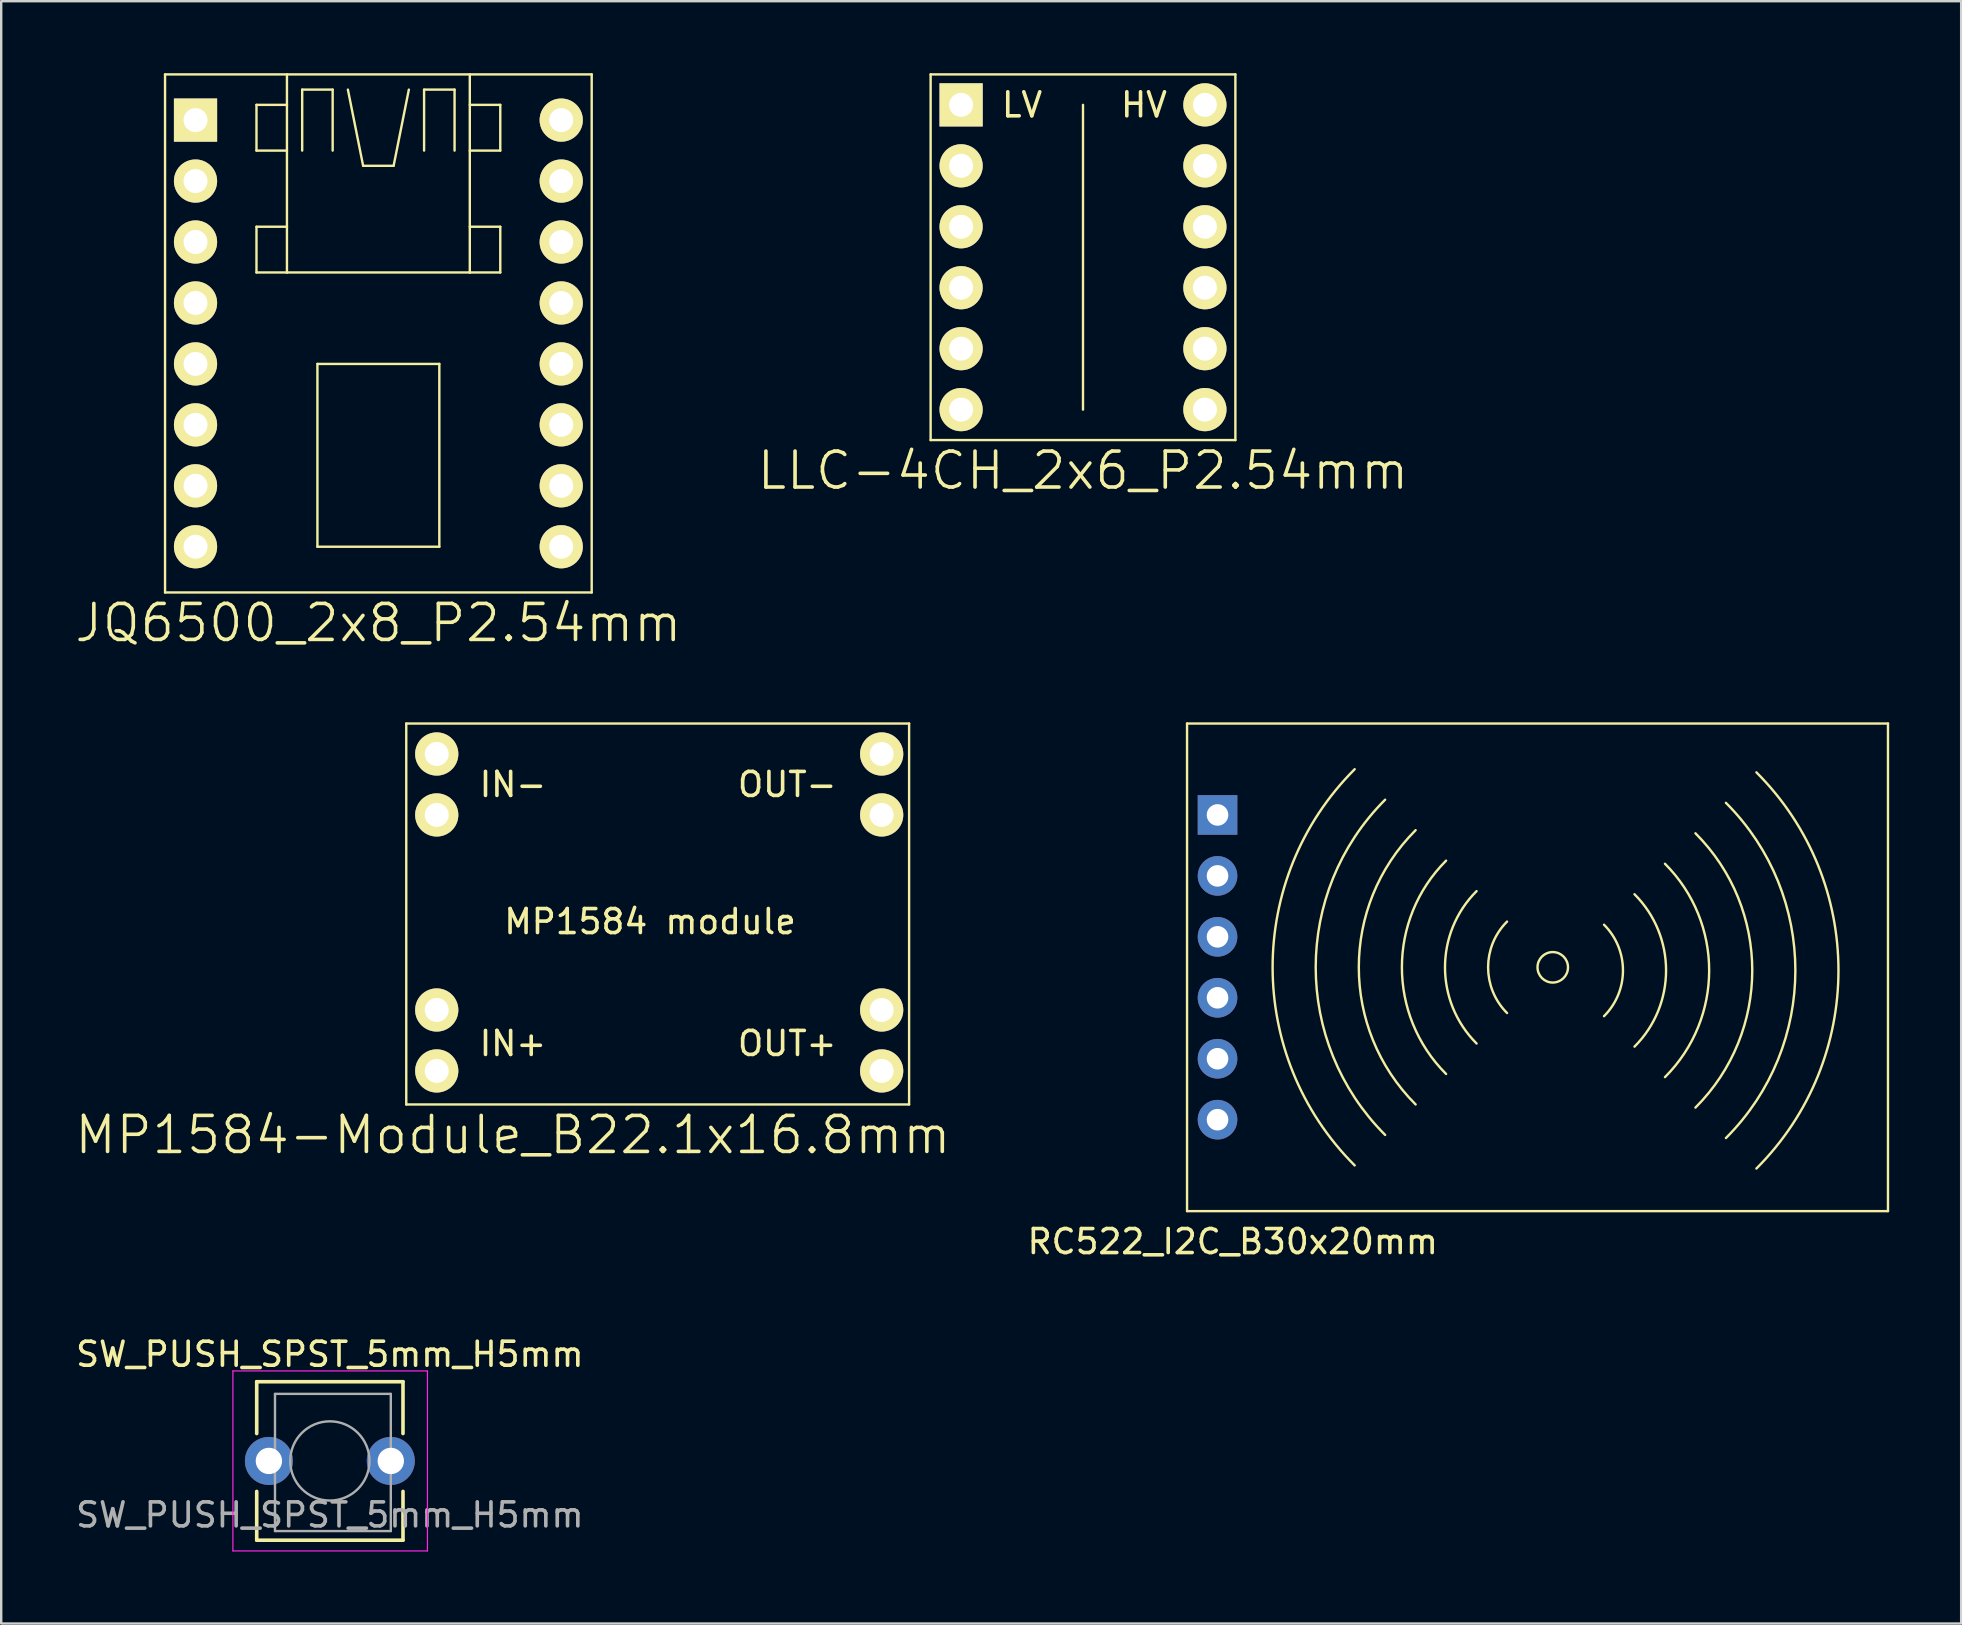
<source format=kicad_pcb>
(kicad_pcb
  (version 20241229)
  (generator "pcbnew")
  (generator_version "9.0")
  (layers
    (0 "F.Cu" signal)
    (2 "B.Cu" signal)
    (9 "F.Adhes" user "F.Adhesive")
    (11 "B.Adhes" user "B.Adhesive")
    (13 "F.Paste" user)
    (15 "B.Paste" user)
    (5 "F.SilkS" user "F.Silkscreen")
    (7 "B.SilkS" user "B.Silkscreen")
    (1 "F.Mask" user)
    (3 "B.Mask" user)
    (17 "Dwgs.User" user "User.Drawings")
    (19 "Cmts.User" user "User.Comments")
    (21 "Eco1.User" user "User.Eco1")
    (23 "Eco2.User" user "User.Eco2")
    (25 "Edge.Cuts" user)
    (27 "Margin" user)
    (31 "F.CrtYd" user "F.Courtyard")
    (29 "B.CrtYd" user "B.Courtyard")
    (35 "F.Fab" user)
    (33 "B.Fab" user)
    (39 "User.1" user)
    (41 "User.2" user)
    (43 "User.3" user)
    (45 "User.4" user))
  (footprint "LLC-4CH_2x6_P2.54mm"
    (layer "F.Cu")
    (at 37.002 1.32)
    (property "Reference" "LLC-4CH_2x6_P2.54mm" (at 5.08 15.24 0) (layer "F.SilkS") (effects (font (size 1.5 1.5) (thickness 0.15))))
    (attr through_hole)
    (fp_line (start -1.27 -1.27) (end -1.27 13.97) (stroke (width 0.1) (type solid)) (layer "F.SilkS"))
    (fp_line (start -1.27 -1.27) (end 11.43 -1.27) (stroke (width 0.1) (type solid)) (layer "F.SilkS"))
    (fp_line (start -1.27 13.97) (end 11.43 13.97) (stroke (width 0.1) (type solid)) (layer "F.SilkS"))
    (fp_line (start 5.08 0) (end 5.08 12.7) (stroke (width 0.1) (type solid)) (layer "F.SilkS"))
    (fp_line (start 11.43 13.97) (end 11.43 -1.27) (stroke (width 0.1) (type solid)) (layer "F.SilkS"))
    (fp_text user "HV" (at 7.62 0 0) (layer "F.SilkS") (effects (font (size 1 1) (thickness 0.15))))
    (fp_text user "LV" (at 2.54 0 0) (layer "F.SilkS") (effects (font (size 1 1) (thickness 0.15))))
    (pad "1" thru_hole rect (at 0 0) (size 1.8 1.8) (drill 1) (layers "*.Cu" "*.Mask" "F.SilkS"))
    (pad "2" thru_hole circle (at 0 2.54) (size 1.8 1.8) (drill 1) (layers "*.Cu" "*.Mask" "F.SilkS"))
    (pad "3" thru_hole circle (at 0 5.08) (size 1.8 1.8) (drill 1) (layers "*.Cu" "*.Mask" "F.SilkS"))
    (pad "4" thru_hole circle (at 0 7.62) (size 1.8 1.8) (drill 1) (layers "*.Cu" "*.Mask" "F.SilkS"))
    (pad "5" thru_hole circle (at 0 10.16) (size 1.8 1.8) (drill 1) (layers "*.Cu" "*.Mask" "F.SilkS"))
    (pad "6" thru_hole circle (at 0 12.7) (size 1.8 1.8) (drill 1) (layers "*.Cu" "*.Mask" "F.SilkS"))
    (pad "7" thru_hole circle (at 10.16 12.7 180) (size 1.8 1.8) (drill 1) (layers "*.Cu" "*.Mask" "F.SilkS"))
    (pad "8" thru_hole circle (at 10.16 10.16 180) (size 1.8 1.8) (drill 1) (layers "*.Cu" "*.Mask" "F.SilkS"))
    (pad "9" thru_hole circle (at 10.16 7.62 180) (size 1.8 1.8) (drill 1) (layers "*.Cu" "*.Mask" "F.SilkS"))
    (pad "10" thru_hole circle (at 10.16 5.08 180) (size 1.8 1.8) (drill 1) (layers "*.Cu" "*.Mask" "F.SilkS"))
    (pad "11" thru_hole circle (at 10.16 2.54 180) (size 1.8 1.8) (drill 1) (layers "*.Cu" "*.Mask" "F.SilkS"))
    (pad "12" thru_hole circle (at 10.16 0 180) (size 1.8 1.8) (drill 1) (layers "*.Cu" "*.Mask" "F.SilkS")))
  (footprint "MP1584-Module_B22.1x16.8mm"
    (layer "F.Cu")
    (at 15.15 28.371)
    (property "Reference" "MP1584-Module_B22.1x16.8mm" (at 3.175 15.875 0) (layer "F.SilkS") (effects (font (size 1.5 1.5) (thickness 0.15))))
    (attr through_hole)
    (fp_line (start -1.27 -1.27) (end -1.27 14.605) (stroke (width 0.1) (type solid)) (layer "F.SilkS"))
    (fp_line (start -1.27 14.605) (end 19.685 14.605) (stroke (width 0.1) (type solid)) (layer "F.SilkS"))
    (fp_line (start 19.685 -1.27) (end -1.27 -1.27) (stroke (width 0.1) (type solid)) (layer "F.SilkS"))
    (fp_line (start 19.685 14.605) (end 19.685 -1.27) (stroke (width 0.1) (type solid)) (layer "F.SilkS"))
    (fp_text user "IN-" (at 3.175 1.27 0) (layer "F.SilkS") (effects (font (size 1 1) (thickness 0.15))))
    (fp_text user "OUT-" (at 14.605 1.27 0) (layer "F.SilkS") (effects (font (size 1 1) (thickness 0.15))))
    (fp_text user "OUT+" (at 14.605 12.065 0) (layer "F.SilkS") (effects (font (size 1 1) (thickness 0.15))))
    (fp_text user "MP1584 module" (at 8.89 6.985 0) (layer "F.SilkS") (effects (font (size 1 1) (thickness 0.15))))
    (fp_text user "IN+" (at 3.175 12.065 0) (layer "F.SilkS") (effects (font (size 1 1) (thickness 0.15))))
    (pad "1" thru_hole circle (at 0 10.668) (size 1.8 1.8) (drill 1) (layers "*.Cu" "*.Mask" "F.SilkS"))
    (pad "1" thru_hole circle (at 0 13.208) (size 1.8 1.8) (drill 1) (layers "*.Cu" "*.Mask" "F.SilkS"))
    (pad "2" thru_hole circle (at 0 0) (size 1.8 1.8) (drill 1) (layers "*.Cu" "*.Mask" "F.SilkS"))
    (pad "2" thru_hole circle (at 0 2.54) (size 1.8 1.8) (drill 1) (layers "*.Cu" "*.Mask" "F.SilkS"))
    (pad "3" thru_hole circle (at 18.542 10.668) (size 1.8 1.8) (drill 1) (layers "*.Cu" "*.Mask" "F.SilkS"))
    (pad "3" thru_hole circle (at 18.542 13.208) (size 1.8 1.8) (drill 1) (layers "*.Cu" "*.Mask" "F.SilkS"))
    (pad "4" thru_hole circle (at 18.542 0) (size 1.8 1.8) (drill 1) (layers "*.Cu" "*.Mask" "F.SilkS"))
    (pad "4" thru_hole circle (at 18.542 2.54) (size 1.8 1.8) (drill 1) (layers "*.Cu" "*.Mask" "F.SilkS")))
  (footprint "JQ6500_2x8_P2.54mm"
    (layer "F.Cu")
    (at 5.098 1.955)
    (property "Reference" "JQ6500_2x8_P2.54mm" (at 7.62 20.955 0) (layer "F.SilkS") (effects (font (size 1.5 1.5) (thickness 0.15))))
    (attr through_hole)
    (fp_line (start -1.27 -1.905) (end -1.27 19.685) (stroke (width 0.1) (type solid)) (layer "F.SilkS"))
    (fp_line (start -1.27 -1.905) (end 16.51 -1.905) (stroke (width 0.1) (type solid)) (layer "F.SilkS"))
    (fp_line (start -1.27 19.685) (end 16.51 19.685) (stroke (width 0.1) (type solid)) (layer "F.SilkS"))
    (fp_line (start 2.54 -0.635) (end 2.54 1.27) (stroke (width 0.1) (type solid)) (layer "F.SilkS"))
    (fp_line (start 2.54 1.27) (end 3.81 1.27) (stroke (width 0.1) (type solid)) (layer "F.SilkS"))
    (fp_line (start 2.54 4.445) (end 2.54 6.35) (stroke (width 0.1) (type solid)) (layer "F.SilkS"))
    (fp_line (start 2.54 6.35) (end 3.81 6.35) (stroke (width 0.1) (type solid)) (layer "F.SilkS"))
    (fp_line (start 3.81 -1.905) (end 3.81 6.35) (stroke (width 0.1) (type solid)) (layer "F.SilkS"))
    (fp_line (start 3.81 -0.635) (end 2.54 -0.635) (stroke (width 0.1) (type solid)) (layer "F.SilkS"))
    (fp_line (start 3.81 4.445) (end 2.54 4.445) (stroke (width 0.1) (type solid)) (layer "F.SilkS"))
    (fp_line (start 3.81 6.35) (end 11.43 6.35) (stroke (width 0.1) (type solid)) (layer "F.SilkS"))
    (fp_line (start 4.445 -1.27) (end 5.715 -1.27) (stroke (width 0.1) (type solid)) (layer "F.SilkS"))
    (fp_line (start 4.445 1.27) (end 4.445 -1.27) (stroke (width 0.1) (type solid)) (layer "F.SilkS"))
    (fp_line (start 5.08 10.16) (end 5.08 17.78) (stroke (width 0.1) (type solid)) (layer "F.SilkS"))
    (fp_line (start 5.08 17.78) (end 10.16 17.78) (stroke (width 0.1) (type solid)) (layer "F.SilkS"))
    (fp_line (start 5.715 -1.27) (end 5.715 1.27) (stroke (width 0.1) (type solid)) (layer "F.SilkS"))
    (fp_line (start 6.35 -1.27) (end 6.985 1.905) (stroke (width 0.1) (type solid)) (layer "F.SilkS"))
    (fp_line (start 6.985 1.905) (end 8.255 1.905) (stroke (width 0.1) (type solid)) (layer "F.SilkS"))
    (fp_line (start 8.255 1.905) (end 8.89 -1.27) (stroke (width 0.1) (type solid)) (layer "F.SilkS"))
    (fp_line (start 9.525 -1.27) (end 9.525 1.27) (stroke (width 0.1) (type solid)) (layer "F.SilkS"))
    (fp_line (start 10.16 10.16) (end 5.08 10.16) (stroke (width 0.1) (type solid)) (layer "F.SilkS"))
    (fp_line (start 10.16 17.78) (end 10.16 10.16) (stroke (width 0.1) (type solid)) (layer "F.SilkS"))
    (fp_line (start 10.795 -1.27) (end 9.525 -1.27) (stroke (width 0.1) (type solid)) (layer "F.SilkS"))
    (fp_line (start 10.795 1.27) (end 10.795 -1.27) (stroke (width 0.1) (type solid)) (layer "F.SilkS"))
    (fp_line (start 11.43 -0.635) (end 12.7 -0.635) (stroke (width 0.1) (type solid)) (layer "F.SilkS"))
    (fp_line (start 11.43 4.445) (end 12.7 4.445) (stroke (width 0.1) (type solid)) (layer "F.SilkS"))
    (fp_line (start 11.43 6.35) (end 11.43 -1.905) (stroke (width 0.1) (type solid)) (layer "F.SilkS"))
    (fp_line (start 12.7 -0.635) (end 12.7 1.27) (stroke (width 0.1) (type solid)) (layer "F.SilkS"))
    (fp_line (start 12.7 1.27) (end 11.43 1.27) (stroke (width 0.1) (type solid)) (layer "F.SilkS"))
    (fp_line (start 12.7 4.445) (end 12.7 6.35) (stroke (width 0.1) (type solid)) (layer "F.SilkS"))
    (fp_line (start 12.7 6.35) (end 11.43 6.35) (stroke (width 0.1) (type solid)) (layer "F.SilkS"))
    (fp_line (start 16.51 19.685) (end 16.51 -1.905) (stroke (width 0.1) (type solid)) (layer "F.SilkS"))
    (pad "1" thru_hole rect (at 0 0) (size 1.8 1.8) (drill 1) (layers "*.Cu" "*.Mask" "F.SilkS"))
    (pad "2" thru_hole circle (at 0 2.54) (size 1.8 1.8) (drill 1) (layers "*.Cu" "*.Mask" "F.SilkS"))
    (pad "3" thru_hole circle (at 0 5.08) (size 1.8 1.8) (drill 1) (layers "*.Cu" "*.Mask" "F.SilkS"))
    (pad "4" thru_hole circle (at 0 7.62) (size 1.8 1.8) (drill 1) (layers "*.Cu" "*.Mask" "F.SilkS"))
    (pad "5" thru_hole circle (at 0 10.16) (size 1.8 1.8) (drill 1) (layers "*.Cu" "*.Mask" "F.SilkS"))
    (pad "6" thru_hole circle (at 0 12.7) (size 1.8 1.8) (drill 1) (layers "*.Cu" "*.Mask" "F.SilkS"))
    (pad "7" thru_hole circle (at 0 15.24 180) (size 1.8 1.8) (drill 1) (layers "*.Cu" "*.Mask" "F.SilkS"))
    (pad "8" thru_hole circle (at 0 17.78 180) (size 1.8 1.8) (drill 1) (layers "*.Cu" "*.Mask" "F.SilkS"))
    (pad "9" thru_hole circle (at 15.24 17.78 180) (size 1.8 1.8) (drill 1) (layers "*.Cu" "*.Mask" "F.SilkS"))
    (pad "10" thru_hole circle (at 15.24 15.24 180) (size 1.8 1.8) (drill 1) (layers "*.Cu" "*.Mask" "F.SilkS"))
    (pad "11" thru_hole circle (at 15.24 12.7 180) (size 1.8 1.8) (drill 1) (layers "*.Cu" "*.Mask" "F.SilkS"))
    (pad "12" thru_hole circle (at 15.24 10.16 180) (size 1.8 1.8) (drill 1) (layers "*.Cu" "*.Mask" "F.SilkS"))
    (pad "13" thru_hole circle (at 15.24 7.62 180) (size 1.8 1.8) (drill 1) (layers "*.Cu" "*.Mask" "F.SilkS"))
    (pad "14" thru_hole circle (at 15.24 5.08 180) (size 1.8 1.8) (drill 1) (layers "*.Cu" "*.Mask" "F.SilkS"))
    (pad "15" thru_hole circle (at 15.24 2.54 180) (size 1.8 1.8) (drill 1) (layers "*.Cu" "*.Mask" "F.SilkS"))
    (pad "16" thru_hole circle (at 15.24 0 180) (size 1.8 1.8) (drill 1) (layers "*.Cu" "*.Mask" "F.SilkS")))
  (footprint "SW_PUSH_SPST_5mm_H5mm"
    (layer "F.Cu")
    (at 8.156 57.832)
    (property "Reference" "SW_PUSH_SPST_5mm_H5mm" (at 2.54 -4.445 0) (layer "F.SilkS") (effects (font (size 1 1) (thickness 0.15))))
    (attr through_hole)
    (fp_line (start -0.508 -3.302) (end 5.588 -3.302) (stroke (width 0.15) (type solid)) (layer "F.SilkS"))
    (fp_line (start -0.508 -1.143) (end -0.508 -3.302) (stroke (width 0.15) (type solid)) (layer "F.SilkS"))
    (fp_line (start -0.508 1.27) (end -0.508 3.302) (stroke (width 0.15) (type solid)) (layer "F.SilkS"))
    (fp_line (start 5.588 -1.143) (end 5.588 -3.302) (stroke (width 0.15) (type solid)) (layer "F.SilkS"))
    (fp_line (start 5.588 1.27) (end 5.588 3.302) (stroke (width 0.15) (type solid)) (layer "F.SilkS"))
    (fp_line (start 5.588 3.302) (end -0.508 3.302) (stroke (width 0.15) (type solid)) (layer "F.SilkS"))
    (fp_line (start -1.5 -3.75) (end -1.5 3.75) (stroke (width 0.05) (type solid)) (layer "F.CrtYd"))
    (fp_line (start -1.5 3.75) (end 6.607 3.75) (stroke (width 0.05) (type solid)) (layer "F.CrtYd"))
    (fp_line (start 6.607 -3.75) (end -1.5 -3.75) (stroke (width 0.05) (type solid)) (layer "F.CrtYd"))
    (fp_line (start 6.607 3.75) (end 6.607 -3.75) (stroke (width 0.05) (type solid)) (layer "F.CrtYd"))
    (fp_line (start 0.254 -2.794) (end 5.08 -2.794) (stroke (width 0.1) (type solid)) (layer "F.Fab"))
    (fp_line (start 0.254 2.921) (end 0.254 -2.794) (stroke (width 0.1) (type solid)) (layer "F.Fab"))
    (fp_line (start 5.08 -2.794) (end 5.08 2.921) (stroke (width 0.1) (type solid)) (layer "F.Fab"))
    (fp_line (start 5.08 2.921) (end 0.254 2.921) (stroke (width 0.1) (type solid)) (layer "F.Fab"))
    (fp_circle (center 2.54 0) (end 0.889 0) (stroke (width 0.1) (type solid)) (fill no) (layer "F.Fab"))
    (fp_text user "${REFERENCE}" (at 2.54 2.25 0) (layer "F.Fab") (effects (font (size 1 1) (thickness 0.15))))
    (pad "1" thru_hole circle (at 0 0 90) (size 2 2) (drill 1.1) (layers "*.Cu" "*.Mask"))
    (pad "2" thru_hole circle (at 5.08 0 90) (size 2 2) (drill 1.1) (layers "*.Cu" "*.Mask")))
  (footprint "RC522_I2C_B30x20mm"
    (layer "F.Cu")
    (at 47.688 30.911)
    (property "Reference" "RC522_I2C_B30x20mm" (at 0.635 17.78 0) (layer "F.SilkS") (effects (font (size 1 1) (thickness 0.15))))
    (attr through_hole)
    (fp_line (start -1.27 -3.81) (end -1.27 16.51) (stroke (width 0.1) (type solid)) (layer "F.SilkS"))
    (fp_line (start -1.27 16.51) (end 27.94 16.51) (stroke (width 0.1) (type solid)) (layer "F.SilkS"))
    (fp_line (start 27.94 -3.81) (end -1.27 -3.81) (stroke (width 0.1) (type solid)) (layer "F.SilkS"))
    (fp_line (start 27.94 16.51) (end 27.94 -3.81) (stroke (width 0.1) (type solid)) (layer "F.SilkS"))
    (fp_arc (start 5.715001 14.604999) (mid 2.295668 6.35) (end 5.715001 -1.904999) (stroke (width 0.1) (type solid)) (layer "F.SilkS"))
    (fp_arc (start 6.985001 13.334999) (mid 4.09172 6.35) (end 6.985001 -0.634999) (stroke (width 0.1) (type solid)) (layer "F.SilkS"))
    (fp_arc (start 8.255001 12.064999) (mid 5.887771 6.35) (end 8.255001 0.635001) (stroke (width 0.1) (type solid)) (layer "F.SilkS"))
    (fp_arc (start 9.525001 10.794999) (mid 7.683822 6.35) (end 9.525001 1.905001) (stroke (width 0.1) (type solid)) (layer "F.SilkS"))
    (fp_arc (start 10.795001 9.524999) (mid 9.479873 6.35) (end 10.795001 3.175001) (stroke (width 0.1) (type solid)) (layer "F.SilkS"))
    (fp_arc (start 12.065001 8.254999) (mid 11.275925 6.35) (end 12.065001 4.445001) (stroke (width 0.1) (type solid)) (layer "F.SilkS"))
    (fp_arc (start 16.106896 4.575312) (mid 16.895972 6.480311) (end 16.106896 8.38531) (stroke (width 0.1) (type solid)) (layer "F.SilkS"))
    (fp_arc (start 17.376896 3.305312) (mid 18.692024 6.480311) (end 17.376896 9.65531) (stroke (width 0.1) (type solid)) (layer "F.SilkS"))
    (fp_arc (start 18.646896 2.035312) (mid 20.488075 6.480311) (end 18.646896 10.92531) (stroke (width 0.1) (type solid)) (layer "F.SilkS"))
    (fp_arc (start 19.916896 0.765312) (mid 22.284126 6.480311) (end 19.916896 12.19531) (stroke (width 0.1) (type solid)) (layer "F.SilkS"))
    (fp_arc (start 21.186896 -0.504688) (mid 24.080177 6.480311) (end 21.186896 13.46531) (stroke (width 0.1) (type solid)) (layer "F.SilkS"))
    (fp_arc (start 22.456896 -1.774688) (mid 25.876229 6.480311) (end 22.456896 14.73531) (stroke (width 0.1) (type solid)) (layer "F.SilkS"))
    (fp_circle (center 13.97 6.35) (end 14.605 6.35) (stroke (width 0.1) (type solid)) (fill no) (layer "F.SilkS"))
    (pad "1" thru_hole rect (at 0 0) (size 1.65 1.65) (drill 0.9) (layers "*.Cu" "*.Mask"))
    (pad "2" thru_hole circle (at 0 2.54) (size 1.65 1.65) (drill 0.9) (layers "*.Cu" "*.Mask"))
    (pad "3" thru_hole circle (at 0 5.08) (size 1.65 1.65) (drill 0.9) (layers "*.Cu" "*.Mask"))
    (pad "4" thru_hole circle (at 0 7.62) (size 1.65 1.65) (drill 0.9) (layers "*.Cu" "*.Mask"))
    (pad "5" thru_hole circle (at 0 10.16) (size 1.65 1.65) (drill 0.9) (layers "*.Cu" "*.Mask"))
    (pad "6" thru_hole circle (at 0 12.7) (size 1.65 1.65) (drill 0.9) (layers "*.Cu" "*.Mask")))
  (gr_rect
    (start -3 -3)
    (end 78.678 64.607)
    (stroke (width 0.1) (type default))
    (fill no)
    (layer "Edge.Cuts")))
</source>
